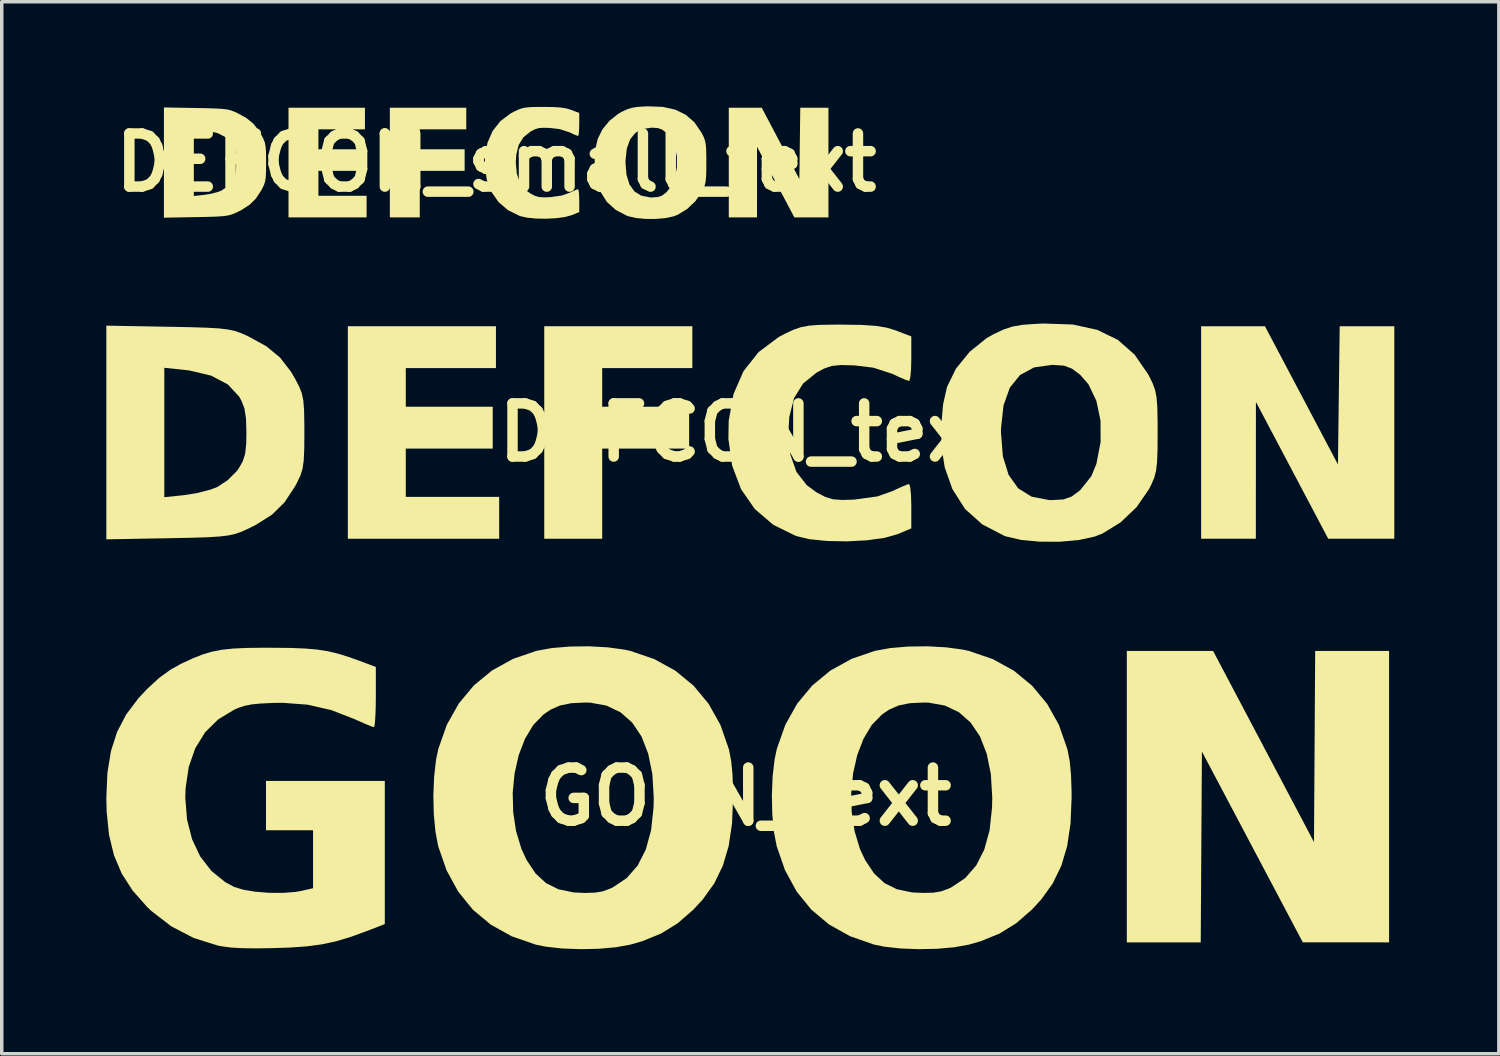
<source format=kicad_pcb>
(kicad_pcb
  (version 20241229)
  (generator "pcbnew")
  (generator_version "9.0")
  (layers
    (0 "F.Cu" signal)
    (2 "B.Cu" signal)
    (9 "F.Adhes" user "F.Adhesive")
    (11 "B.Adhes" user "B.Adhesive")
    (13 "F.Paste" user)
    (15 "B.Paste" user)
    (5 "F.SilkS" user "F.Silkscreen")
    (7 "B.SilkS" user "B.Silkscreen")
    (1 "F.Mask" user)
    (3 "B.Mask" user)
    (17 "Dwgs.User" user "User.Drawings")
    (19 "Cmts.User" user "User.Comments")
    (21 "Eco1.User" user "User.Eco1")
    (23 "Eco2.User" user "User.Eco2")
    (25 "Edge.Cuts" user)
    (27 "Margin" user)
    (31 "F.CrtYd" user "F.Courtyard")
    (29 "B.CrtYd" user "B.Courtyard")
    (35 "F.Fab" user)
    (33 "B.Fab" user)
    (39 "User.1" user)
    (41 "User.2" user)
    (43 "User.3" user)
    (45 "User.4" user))
  (footprint "DEFCON_small_text"
    (layer "F.Cu")
    (at 11.183 1.613)
    (property "Reference" "DEFCON_small_text" (at 0 0 0) (layer "F.SilkS") (effects (font (size 1.524 1.524) (thickness 0.3))))
    (attr board_only exclude_from_pos_files exclude_from_bom)
    (fp_poly (pts (xy -0.858 -0.953) (xy -2.192 -0.953) (xy -2.192 -0.381) (xy -0.905 -0.381) (xy -0.905 0.238) (xy -2.192 0.238) (xy -2.192 1.573) (xy -3.05 1.573) (xy -3.05 -1.573) (xy -0.858 -1.573)) (stroke (width 0) (type solid)) (fill yes) (layer "F.SilkS"))
    (fp_poly (pts (xy -3.765 -0.953) (xy -5.099 -0.953) (xy -5.099 -0.381) (xy -3.812 -0.381) (xy -3.812 0.238) (xy -5.099 0.238) (xy -5.099 0.953) (xy -3.717 0.953) (xy -3.717 1.573) (xy -5.957 1.573) (xy -5.957 -1.573) (xy -3.765 -1.573)) (stroke (width 0) (type solid)) (fill yes) (layer "F.SilkS"))
    (fp_poly (pts (xy 8.157 -0.55) (xy 8.697 0.473) (xy 8.71 -0.55) (xy 8.723 -1.573) (xy 9.531 -1.573) (xy 9.531 1.573) (xy 8.553 1.573) (xy 8.018 0.56) (xy 7.483 -0.453) (xy 7.482 1.573) (xy 6.672 1.573) (xy 6.672 -1.573) (xy 7.617 -1.573)) (stroke (width 0) (type solid)) (fill yes) (layer "F.SilkS"))
    (fp_poly (pts (xy -8.614 -1.565) (xy -8.293 -1.559) (xy -8.051 -1.551) (xy -7.871 -1.541) (xy -7.738 -1.526) (xy -7.634 -1.504) (xy -7.542 -1.473) (xy -7.448 -1.432) (xy -7.434 -1.425) (xy -7.164 -1.277) (xy -6.961 -1.11) (xy -6.799 -0.901) (xy -6.741 -0.802) (xy -6.68 -0.686) (xy -6.639 -0.584) (xy -6.616 -0.473) (xy -6.604 -0.327) (xy -6.6 -0.122) (xy -6.6 0) (xy -6.602 0.241) (xy -6.609 0.411) (xy -6.627 0.536) (xy -6.659 0.639) (xy -6.71 0.745) (xy -6.741 0.802) (xy -6.895 1.035) (xy -7.078 1.215) (xy -7.319 1.368) (xy -7.434 1.425) (xy -7.53 1.468) (xy -7.621 1.5) (xy -7.722 1.523) (xy -7.851 1.539) (xy -8.023 1.55) (xy -8.256 1.558) (xy -8.565 1.564) (xy -8.614 1.565) (xy -9.531 1.581) (xy -9.531 -0.958) (xy -8.673 -0.958) (xy -8.673 0.958) (xy -8.375 0.927) (xy -8.178 0.895) (xy -7.988 0.844) (xy -7.887 0.806) (xy -7.734 0.705) (xy -7.599 0.57) (xy -7.577 0.54) (xy -7.513 0.43) (xy -7.477 0.316) (xy -7.461 0.165) (xy -7.458 0.003) (xy -7.464 -0.207) (xy -7.487 -0.355) (xy -7.534 -0.474) (xy -7.567 -0.533) (xy -7.734 -0.712) (xy -7.979 -0.841) (xy -8.299 -0.917) (xy -8.375 -0.927) (xy -8.673 -0.958) (xy -9.531 -0.958) (xy -9.531 -1.581)) (stroke (width 0) (type solid)) (fill yes) (layer "F.SilkS"))
    (fp_poly (pts (xy 1.643 -1.592) (xy 1.855 -1.578) (xy 2.017 -1.552) (xy 2.153 -1.51) (xy 2.156 -1.509) (xy 2.383 -1.422) (xy 2.383 -1.092) (xy 2.378 -0.929) (xy 2.367 -0.811) (xy 2.351 -0.763) (xy 2.35 -0.762) (xy 2.292 -0.782) (xy 2.179 -0.831) (xy 2.1 -0.869) (xy 1.821 -0.959) (xy 1.538 -0.993) (xy 1.344 -0.998) (xy 1.209 -0.986) (xy 1.094 -0.947) (xy 0.983 -0.887) (xy 0.781 -0.725) (xy 0.647 -0.509) (xy 0.577 -0.23) (xy 0.563 0) (xy 0.593 0.326) (xy 0.682 0.583) (xy 0.837 0.782) (xy 0.983 0.887) (xy 1.109 0.954) (xy 1.224 0.988) (xy 1.364 0.999) (xy 1.538 0.993) (xy 1.879 0.946) (xy 2.1 0.869) (xy 2.231 0.808) (xy 2.324 0.769) (xy 2.35 0.762) (xy 2.366 0.806) (xy 2.378 0.921) (xy 2.383 1.082) (xy 2.383 1.091) (xy 2.383 1.419) (xy 2.18 1.504) (xy 1.983 1.56) (xy 1.723 1.596) (xy 1.432 1.611) (xy 1.138 1.606) (xy 0.875 1.579) (xy 0.677 1.533) (xy 0.339 1.366) (xy 0.067 1.133) (xy -0.137 0.839) (xy -0.269 0.491) (xy -0.325 0.094) (xy -0.32 -0.175) (xy -0.249 -0.569) (xy -0.101 -0.908) (xy 0.122 -1.19) (xy 0.418 -1.412) (xy 0.517 -1.464) (xy 0.64 -1.521) (xy 0.75 -1.559) (xy 0.871 -1.581) (xy 1.027 -1.593) (xy 1.245 -1.596) (xy 1.358 -1.596)) (stroke (width 0) (type solid)) (fill yes) (layer "F.SilkS"))
    (fp_poly (pts (xy 4.774 -1.598) (xy 5.137 -1.518) (xy 5.439 -1.371) (xy 5.688 -1.153) (xy 5.888 -0.86) (xy 5.9 -0.84) (xy 5.954 -0.73) (xy 5.99 -0.631) (xy 6.012 -0.518) (xy 6.024 -0.37) (xy 6.028 -0.163) (xy 6.028 0) (xy 6.027 0.254) (xy 6.02 0.435) (xy 6.005 0.566) (xy 5.978 0.671) (xy 5.935 0.772) (xy 5.9 0.84) (xy 5.717 1.105) (xy 5.478 1.332) (xy 5.21 1.496) (xy 5.096 1.541) (xy 4.862 1.592) (xy 4.579 1.617) (xy 4.283 1.616) (xy 4.006 1.59) (xy 3.782 1.538) (xy 3.757 1.529) (xy 3.431 1.359) (xy 3.177 1.131) (xy 2.991 0.838) (xy 2.877 0.515) (xy 2.832 0.23) (xy 2.827 0) (xy 3.71 0) (xy 3.738 0.352) (xy 3.823 0.627) (xy 3.964 0.827) (xy 4.164 0.951) (xy 4.421 1) (xy 4.466 1.001) (xy 4.634 0.99) (xy 4.755 0.949) (xy 4.876 0.859) (xy 4.882 0.853) (xy 5.048 0.646) (xy 5.122 0.463) (xy 5.184 0.141) (xy 5.183 -0.176) (xy 5.122 -0.468) (xy 5.004 -0.712) (xy 4.882 -0.853) (xy 4.76 -0.946) (xy 4.64 -0.989) (xy 4.475 -1.001) (xy 4.466 -1.001) (xy 4.2 -0.963) (xy 3.992 -0.851) (xy 3.841 -0.663) (xy 3.747 -0.4) (xy 3.71 -0.06) (xy 3.71 0) (xy 2.827 0) (xy 2.824 -0.096) (xy 2.853 -0.418) (xy 2.911 -0.675) (xy 3.043 -0.945) (xy 3.246 -1.194) (xy 3.496 -1.395) (xy 3.596 -1.453) (xy 3.744 -1.523) (xy 3.878 -1.567) (xy 4.03 -1.594) (xy 4.232 -1.608) (xy 4.345 -1.613)) (stroke (width 0) (type solid)) (fill yes) (layer "F.SilkS")))
  (footprint "DEFCON_text"
    (layer "F.Cu")
    (at 18.473 9.356)
    (property "Reference" "DEFCON_text" (at 0 0 0) (layer "F.SilkS") (effects (font (size 1.524 1.524) (thickness 0.3))))
    (attr board_only exclude_from_pos_files exclude_from_bom)
    (fp_poly (pts (xy -1.663 -1.847) (xy -4.249 -1.847) (xy -4.249 -0.739) (xy -1.755 -0.739) (xy -1.755 0.462) (xy -4.249 0.462) (xy -4.249 3.048) (xy -5.911 3.048) (xy -5.911 -3.048) (xy -1.663 -3.048)) (stroke (width 0) (type solid)) (fill yes) (layer "F.SilkS"))
    (fp_poly (pts (xy -7.297 -1.847) (xy -9.883 -1.847) (xy -9.883 -0.739) (xy -7.389 -0.739) (xy -7.389 0.462) (xy -9.883 0.462) (xy -9.883 1.847) (xy -7.204 1.847) (xy -7.204 3.048) (xy -11.545 3.048) (xy -11.545 -3.048) (xy -7.297 -3.048)) (stroke (width 0) (type solid)) (fill yes) (layer "F.SilkS"))
    (fp_poly (pts (xy 15.809 -1.066) (xy 16.856 0.917) (xy 16.881 -1.066) (xy 16.906 -3.048) (xy 18.473 -3.048) (xy 18.473 3.048) (xy 16.577 3.048) (xy 14.503 -0.877) (xy 14.502 1.085) (xy 14.501 3.048) (xy 12.931 3.048) (xy 12.931 -3.048) (xy 14.762 -3.048)) (stroke (width 0) (type solid)) (fill yes) (layer "F.SilkS"))
    (fp_poly (pts (xy -16.695 -3.033) (xy -16.073 -3.021) (xy -15.604 -3.006) (xy -15.256 -2.987) (xy -14.997 -2.957) (xy -14.795 -2.915) (xy -14.619 -2.855) (xy -14.436 -2.775) (xy -14.409 -2.762) (xy -13.885 -2.475) (xy -13.492 -2.152) (xy -13.178 -1.746) (xy -13.065 -1.555) (xy -12.947 -1.329) (xy -12.868 -1.133) (xy -12.822 -0.917) (xy -12.8 -0.634) (xy -12.793 -0.236) (xy -12.792 0) (xy -12.795 0.467) (xy -12.81 0.797) (xy -12.844 1.038) (xy -12.906 1.238) (xy -13.005 1.444) (xy -13.065 1.555) (xy -13.363 2.006) (xy -13.719 2.356) (xy -14.185 2.651) (xy -14.409 2.762) (xy -14.595 2.846) (xy -14.771 2.908) (xy -14.967 2.952) (xy -15.217 2.983) (xy -15.551 3.004) (xy -16.002 3.019) (xy -16.601 3.031) (xy -16.695 3.033) (xy -18.473 3.065) (xy -18.473 -1.856) (xy -16.81 -1.856) (xy -16.81 1.856) (xy -16.233 1.796) (xy -15.851 1.734) (xy -15.481 1.637) (xy -15.286 1.562) (xy -14.99 1.366) (xy -14.727 1.104) (xy -14.686 1.047) (xy -14.562 0.834) (xy -14.491 0.613) (xy -14.46 0.321) (xy -14.455 0.007) (xy -14.467 -0.4) (xy -14.511 -0.688) (xy -14.601 -0.92) (xy -14.666 -1.033) (xy -14.99 -1.38) (xy -15.465 -1.63) (xy -16.085 -1.778) (xy -16.233 -1.796) (xy -16.81 -1.856) (xy -18.473 -1.856) (xy -18.473 -3.065)) (stroke (width 0) (type solid)) (fill yes) (layer "F.SilkS"))
    (fp_poly (pts (xy 3.183 -3.086) (xy 3.595 -3.059) (xy 3.91 -3.008) (xy 4.173 -2.927) (xy 4.179 -2.925) (xy 4.618 -2.756) (xy 4.618 -2.117) (xy 4.61 -1.8) (xy 4.588 -1.572) (xy 4.557 -1.478) (xy 4.555 -1.478) (xy 4.442 -1.515) (xy 4.223 -1.611) (xy 4.07 -1.684) (xy 3.53 -1.859) (xy 2.981 -1.925) (xy 2.606 -1.935) (xy 2.343 -1.91) (xy 2.121 -1.836) (xy 1.904 -1.72) (xy 1.514 -1.405) (xy 1.254 -0.986) (xy 1.118 -0.447) (xy 1.092 0) (xy 1.148 0.631) (xy 1.323 1.131) (xy 1.623 1.515) (xy 1.904 1.72) (xy 2.149 1.848) (xy 2.371 1.916) (xy 2.644 1.936) (xy 2.981 1.925) (xy 3.643 1.834) (xy 4.07 1.684) (xy 4.323 1.566) (xy 4.505 1.491) (xy 4.555 1.478) (xy 4.586 1.562) (xy 4.609 1.784) (xy 4.618 2.097) (xy 4.618 2.114) (xy 4.618 2.751) (xy 4.226 2.916) (xy 3.844 3.024) (xy 3.34 3.093) (xy 2.775 3.123) (xy 2.206 3.113) (xy 1.695 3.061) (xy 1.312 2.97) (xy 0.658 2.648) (xy 0.129 2.196) (xy -0.266 1.626) (xy -0.521 0.951) (xy -0.629 0.183) (xy -0.62 -0.339) (xy -0.482 -1.102) (xy -0.196 -1.759) (xy 0.236 -2.305) (xy 0.811 -2.736) (xy 1.001 -2.837) (xy 1.24 -2.948) (xy 1.453 -3.021) (xy 1.687 -3.065) (xy 1.991 -3.087) (xy 2.412 -3.094) (xy 2.632 -3.094)) (stroke (width 0) (type solid)) (fill yes) (layer "F.SilkS"))
    (fp_poly (pts (xy 9.253 -3.097) (xy 9.956 -2.943) (xy 10.542 -2.657) (xy 11.023 -2.234) (xy 11.413 -1.668) (xy 11.434 -1.628) (xy 11.539 -1.416) (xy 11.61 -1.223) (xy 11.653 -1.004) (xy 11.675 -0.717) (xy 11.683 -0.315) (xy 11.684 0) (xy 11.681 0.491) (xy 11.668 0.842) (xy 11.639 1.097) (xy 11.586 1.3) (xy 11.502 1.495) (xy 11.434 1.628) (xy 11.08 2.142) (xy 10.617 2.581) (xy 10.098 2.9) (xy 9.877 2.986) (xy 9.423 3.085) (xy 8.876 3.134) (xy 8.301 3.132) (xy 7.764 3.081) (xy 7.331 2.981) (xy 7.282 2.963) (xy 6.65 2.634) (xy 6.158 2.192) (xy 5.797 1.624) (xy 5.576 0.999) (xy 5.489 0.445) (xy 5.478 0) (xy 7.19 0) (xy 7.244 0.682) (xy 7.409 1.215) (xy 7.684 1.602) (xy 8.07 1.842) (xy 8.568 1.937) (xy 8.656 1.939) (xy 8.981 1.92) (xy 9.215 1.839) (xy 9.451 1.664) (xy 9.463 1.654) (xy 9.783 1.252) (xy 9.928 0.898) (xy 10.048 0.272) (xy 10.045 -0.342) (xy 9.927 -0.906) (xy 9.7 -1.381) (xy 9.463 -1.654) (xy 9.225 -1.833) (xy 8.993 -1.918) (xy 8.674 -1.939) (xy 8.656 -1.939) (xy 8.14 -1.867) (xy 7.737 -1.649) (xy 7.444 -1.286) (xy 7.263 -0.775) (xy 7.191 -0.116) (xy 7.19 0) (xy 5.478 0) (xy 5.474 -0.186) (xy 5.53 -0.81) (xy 5.643 -1.309) (xy 5.898 -1.831) (xy 6.291 -2.314) (xy 6.776 -2.705) (xy 6.969 -2.815) (xy 7.256 -2.951) (xy 7.516 -3.038) (xy 7.811 -3.089) (xy 8.202 -3.117) (xy 8.421 -3.126)) (stroke (width 0) (type solid)) (fill yes) (layer "F.SilkS")))
  (footprint "GOON_text"
    (layer "F.Cu")
    (at 18.341 19.802)
    (property "Reference" "GOON_text" (at 0 0 0) (layer "F.SilkS") (effects (font (size 1.524 1.524) (thickness 0.3))))
    (attr board_only exclude_from_pos_files exclude_from_bom)
    (fp_poly (pts (xy 18.455 4.18) (xy 17.217 4.179) (xy 15.979 4.178) (xy 14.533 1.443) (xy 13.086 -1.293) (xy 13.069 1.443) (xy 13.052 4.18) (xy 10.932 4.18) (xy 10.932 -4.18) (xy 12.169 -4.179) (xy 13.407 -4.179) (xy 14.854 -1.438) (xy 16.301 1.303) (xy 16.318 -1.438) (xy 16.335 -4.18) (xy 18.455 -4.18)) (stroke (width 0) (type solid)) (fill yes) (layer "F.SilkS"))
    (fp_poly (pts (xy -3.957 -4.283) (xy -3.475 -4.217) (xy -3.306 -4.18) (xy -2.621 -3.945) (xy -2.015 -3.611) (xy -1.495 -3.182) (xy -1.064 -2.663) (xy -0.726 -2.059) (xy -0.487 -1.373) (xy -0.473 -1.316) (xy -0.415 -1.007) (xy -0.379 -0.628) (xy -0.363 -0.156) (xy -0.362 0.032) (xy -0.393 0.773) (xy -0.489 1.418) (xy -0.657 1.983) (xy -0.903 2.489) (xy -1.234 2.951) (xy -1.503 3.242) (xy -1.952 3.633) (xy -2.431 3.928) (xy -2.975 4.149) (xy -3.306 4.244) (xy -3.723 4.32) (xy -4.217 4.364) (xy -4.747 4.375) (xy -5.269 4.355) (xy -5.741 4.302) (xy -6.03 4.243) (xy -6.716 4.004) (xy -7.315 3.67) (xy -7.827 3.242) (xy -8.25 2.721) (xy -8.583 2.109) (xy -8.821 1.424) (xy -8.901 1.003) (xy -8.948 0.502) (xy -8.96 -0.038) (xy -8.957 -0.115) (xy -6.684 -0.115) (xy -6.67 0.445) (xy -6.587 0.992) (xy -6.432 1.503) (xy -6.284 1.819) (xy -6.027 2.204) (xy -5.729 2.48) (xy -5.372 2.657) (xy -4.938 2.747) (xy -4.626 2.762) (xy -4.331 2.754) (xy -4.108 2.718) (xy -3.901 2.643) (xy -3.809 2.6) (xy -3.413 2.335) (xy -3.099 1.975) (xy -2.867 1.519) (xy -2.715 0.966) (xy -2.644 0.313) (xy -2.638 0.032) (xy -2.678 -0.645) (xy -2.797 -1.232) (xy -2.99 -1.727) (xy -3.256 -2.124) (xy -3.593 -2.421) (xy -3.997 -2.613) (xy -4.465 -2.697) (xy -4.594 -2.7) (xy -5.001 -2.681) (xy -5.323 -2.616) (xy -5.598 -2.495) (xy -5.796 -2.361) (xy -6.093 -2.058) (xy -6.332 -1.66) (xy -6.512 -1.19) (xy -6.63 -0.667) (xy -6.684 -0.115) (xy -8.957 -0.115) (xy -8.938 -0.573) (xy -8.883 -1.06) (xy -8.818 -1.37) (xy -8.574 -2.061) (xy -8.233 -2.669) (xy -7.799 -3.19) (xy -7.278 -3.619) (xy -6.673 -3.953) (xy -6.005 -4.182) (xy -5.565 -4.262) (xy -5.047 -4.306) (xy -4.496 -4.313)) (stroke (width 0) (type solid)) (fill yes) (layer "F.SilkS"))
    (fp_poly (pts (xy 5.753 -4.283) (xy 6.235 -4.217) (xy 6.404 -4.18) (xy 7.089 -3.945) (xy 7.694 -3.611) (xy 8.215 -3.182) (xy 8.646 -2.663) (xy 8.984 -2.059) (xy 9.223 -1.373) (xy 9.237 -1.316) (xy 9.295 -1.007) (xy 9.331 -0.628) (xy 9.347 -0.156) (xy 9.348 0.032) (xy 9.317 0.773) (xy 9.221 1.418) (xy 9.053 1.983) (xy 8.807 2.489) (xy 8.476 2.951) (xy 8.207 3.242) (xy 7.757 3.633) (xy 7.279 3.928) (xy 6.735 4.149) (xy 6.404 4.244) (xy 5.987 4.32) (xy 5.493 4.364) (xy 4.963 4.375) (xy 4.441 4.355) (xy 3.969 4.302) (xy 3.679 4.243) (xy 2.994 4.004) (xy 2.395 3.67) (xy 1.883 3.242) (xy 1.46 2.721) (xy 1.127 2.109) (xy 0.889 1.424) (xy 0.808 1.003) (xy 0.762 0.502) (xy 0.75 -0.038) (xy 0.753 -0.115) (xy 3.026 -0.115) (xy 3.04 0.445) (xy 3.123 0.992) (xy 3.278 1.503) (xy 3.426 1.819) (xy 3.683 2.204) (xy 3.981 2.48) (xy 4.337 2.657) (xy 4.772 2.747) (xy 5.083 2.762) (xy 5.379 2.754) (xy 5.602 2.718) (xy 5.809 2.643) (xy 5.9 2.6) (xy 6.297 2.335) (xy 6.611 1.975) (xy 6.843 1.519) (xy 6.995 0.966) (xy 7.066 0.313) (xy 7.072 0.032) (xy 7.032 -0.645) (xy 6.913 -1.232) (xy 6.72 -1.727) (xy 6.453 -2.124) (xy 6.117 -2.421) (xy 5.713 -2.613) (xy 5.245 -2.697) (xy 5.116 -2.7) (xy 4.709 -2.681) (xy 4.387 -2.616) (xy 4.112 -2.495) (xy 3.913 -2.361) (xy 3.617 -2.058) (xy 3.378 -1.66) (xy 3.198 -1.19) (xy 3.08 -0.667) (xy 3.026 -0.115) (xy 0.753 -0.115) (xy 0.771 -0.573) (xy 0.827 -1.06) (xy 0.892 -1.37) (xy 1.136 -2.061) (xy 1.477 -2.669) (xy 1.911 -3.19) (xy 2.432 -3.619) (xy 3.037 -3.953) (xy 3.705 -4.182) (xy 4.145 -4.262) (xy 4.663 -4.306) (xy 5.214 -4.313)) (stroke (width 0) (type solid)) (fill yes) (layer "F.SilkS"))
    (fp_poly (pts (xy -13.6 -4.271) (xy -13.077 -4.266) (xy -12.653 -4.25) (xy -12.299 -4.22) (xy -11.984 -4.171) (xy -11.679 -4.098) (xy -11.356 -3.996) (xy -10.983 -3.861) (xy -10.98 -3.86) (xy -10.61 -3.72) (xy -10.61 -2.857) (xy -10.614 -2.54) (xy -10.625 -2.276) (xy -10.64 -2.087) (xy -10.66 -1.998) (xy -10.665 -1.993) (xy -10.746 -2.019) (xy -10.911 -2.086) (xy -11.131 -2.183) (xy -11.209 -2.219) (xy -11.888 -2.483) (xy -12.566 -2.638) (xy -13.281 -2.692) (xy -13.568 -2.688) (xy -13.917 -2.671) (xy -14.174 -2.646) (xy -14.375 -2.606) (xy -14.556 -2.545) (xy -14.669 -2.496) (xy -15.133 -2.216) (xy -15.507 -1.846) (xy -15.789 -1.39) (xy -15.977 -0.853) (xy -16.067 -0.24) (xy -16.076 0.032) (xy -16.026 0.657) (xy -15.881 1.223) (xy -15.646 1.718) (xy -15.327 2.131) (xy -14.929 2.453) (xy -14.675 2.589) (xy -14.416 2.669) (xy -14.071 2.726) (xy -13.681 2.758) (xy -13.286 2.761) (xy -12.926 2.734) (xy -12.754 2.704) (xy -12.411 2.627) (xy -12.411 0.965) (xy -13.761 0.965) (xy -13.761 -0.45) (xy -10.353 -0.45) (xy -10.353 3.656) (xy -10.869 3.855) (xy -11.33 4.023) (xy -11.747 4.148) (xy -12.154 4.236) (xy -12.587 4.294) (xy -13.082 4.329) (xy -13.568 4.345) (xy -14.055 4.352) (xy -14.439 4.347) (xy -14.744 4.33) (xy -14.995 4.299) (xy -15.144 4.271) (xy -15.835 4.054) (xy -16.474 3.722) (xy -17.048 3.281) (xy -17.176 3.158) (xy -17.585 2.695) (xy -17.898 2.21) (xy -18.121 1.684) (xy -18.264 1.096) (xy -18.332 0.427) (xy -18.341 0.032) (xy -18.31 -0.683) (xy -18.209 -1.305) (xy -18.033 -1.855) (xy -17.773 -2.354) (xy -17.42 -2.823) (xy -17.172 -3.088) (xy -16.827 -3.405) (xy -16.501 -3.642) (xy -16.205 -3.807) (xy -15.882 -3.958) (xy -15.595 -4.073) (xy -15.318 -4.157) (xy -15.025 -4.214) (xy -14.689 -4.249) (xy -14.285 -4.267) (xy -13.787 -4.272)) (stroke (width 0) (type solid)) (fill yes) (layer "F.SilkS")))
  (gr_rect
    (start -3 -3)
    (end 39.945 27.177)
    (stroke (width 0.1) (type default))
    (fill no)
    (layer "Edge.Cuts")))
</source>
